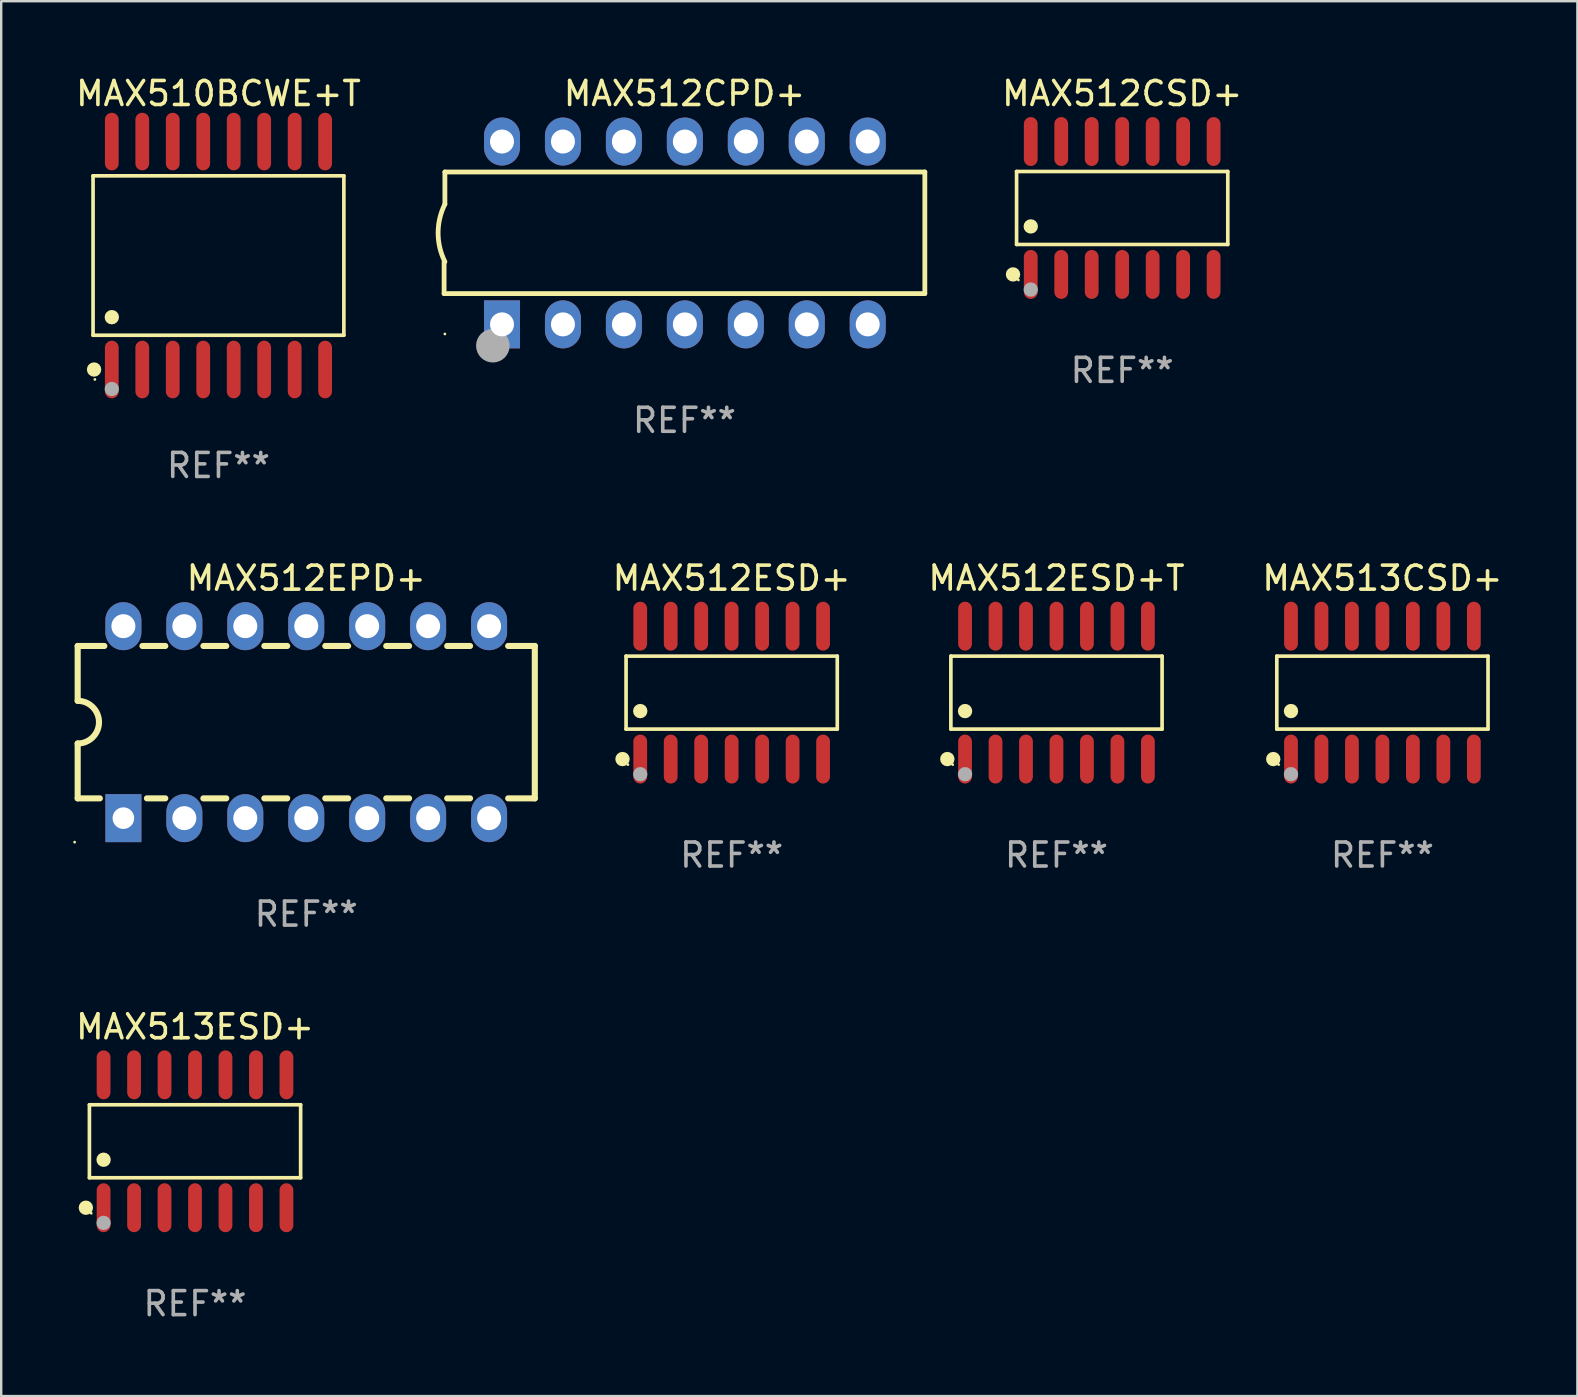
<source format=kicad_pcb>
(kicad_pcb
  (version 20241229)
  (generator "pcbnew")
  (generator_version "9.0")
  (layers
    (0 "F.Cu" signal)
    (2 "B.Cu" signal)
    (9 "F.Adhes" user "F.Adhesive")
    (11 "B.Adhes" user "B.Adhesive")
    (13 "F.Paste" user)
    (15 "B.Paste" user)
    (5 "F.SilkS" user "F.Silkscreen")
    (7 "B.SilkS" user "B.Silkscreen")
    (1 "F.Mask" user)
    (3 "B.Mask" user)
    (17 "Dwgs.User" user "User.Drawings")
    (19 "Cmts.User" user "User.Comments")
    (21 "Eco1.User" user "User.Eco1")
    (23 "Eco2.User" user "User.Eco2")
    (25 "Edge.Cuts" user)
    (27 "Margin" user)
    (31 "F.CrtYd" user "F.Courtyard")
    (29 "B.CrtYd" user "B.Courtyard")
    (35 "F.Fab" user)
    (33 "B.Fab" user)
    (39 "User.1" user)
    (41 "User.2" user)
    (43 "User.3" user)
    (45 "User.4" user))
  (footprint "MAX512CPD+"
    (layer "F.Cu")
    (at 25.474 6.658)
    (property "Reference" "MAX512CPD+" (at 0 -5.81 0) (layer "F.SilkS") (effects (font (size 1 1) (thickness 0.15))))
    (attr through_hole)
    (fp_line (start -10.017 2.527) (end -10.017 1.199) (stroke (width 0.2) (type solid)) (layer "F.SilkS"))
    (fp_line (start -9.984 -2.54) (end 10.017 -2.54) (stroke (width 0.2) (type solid)) (layer "F.SilkS"))
    (fp_line (start -9.984 -1.2) (end -9.984 -2.54) (stroke (width 0.2) (type solid)) (layer "F.SilkS"))
    (fp_line (start 10.017 -2.54) (end 10.017 2.527) (stroke (width 0.2) (type solid)) (layer "F.SilkS"))
    (fp_line (start 10.017 2.527) (end -10.017 2.527) (stroke (width 0.2) (type solid)) (layer "F.SilkS"))
    (fp_arc (start -9.983503 1.198882) (mid -10.266661 -0.000556) (end -9.983528 -1.2) (stroke (width 0.2) (type solid)) (layer "F.SilkS"))
    (fp_circle (center -9.984 4.21) (end -9.954 4.21) (stroke (width 0.06) (type solid)) (fill no) (layer "F.SilkS"))
    (fp_circle (center -7.985 4.699) (end -7.635 4.699) (stroke (width 0.7) (type solid)) (fill no) (layer "F.Fab"))
    (fp_text user "REF**" (at 0 7.81 0) (layer "F.Fab") (effects (font (size 1 1) (thickness 0.15))))
    (pad "1" thru_hole rect (at -7.604 3.81 90) (size 2 1.5) (drill 1) (layers "*.Cu" "*.Mask"))
    (pad "2" thru_hole oval (at -5.064 3.81 90) (size 2 1.5) (drill 1) (layers "*.Cu" "*.Mask"))
    (pad "3" thru_hole oval (at -2.524 3.81 90) (size 2 1.5) (drill 1) (layers "*.Cu" "*.Mask"))
    (pad "4" thru_hole oval (at 0.016 3.81 90) (size 2 1.5) (drill 1) (layers "*.Cu" "*.Mask"))
    (pad "5" thru_hole oval (at 2.557 3.81 90) (size 2 1.5) (drill 1) (layers "*.Cu" "*.Mask"))
    (pad "6" thru_hole oval (at 5.097 3.81 90) (size 2 1.5) (drill 1) (layers "*.Cu" "*.Mask"))
    (pad "7" thru_hole oval (at 7.637 3.81 90) (size 2 1.5) (drill 1) (layers "*.Cu" "*.Mask"))
    (pad "8" thru_hole oval (at 7.637 -3.81 90) (size 2 1.5) (drill 1) (layers "*.Cu" "*.Mask"))
    (pad "9" thru_hole oval (at 5.097 -3.81 90) (size 2 1.5) (drill 1) (layers "*.Cu" "*.Mask"))
    (pad "10" thru_hole oval (at 2.557 -3.81 90) (size 2 1.5) (drill 1) (layers "*.Cu" "*.Mask"))
    (pad "11" thru_hole oval (at 0.016 -3.81 90) (size 2 1.5) (drill 1) (layers "*.Cu" "*.Mask"))
    (pad "12" thru_hole oval (at -2.524 -3.81 90) (size 2 1.5) (drill 1) (layers "*.Cu" "*.Mask"))
    (pad "13" thru_hole oval (at -5.064 -3.81 90) (size 2 1.5) (drill 1) (layers "*.Cu" "*.Mask"))
    (pad "14" thru_hole oval (at -7.604 -3.81 90) (size 2 1.5) (drill 1) (layers "*.Cu" "*.Mask")))
  (footprint "MAX513ESD+"
    (layer "F.Cu")
    (at 5.077 44.511)
    (property "Reference" "MAX513ESD+" (at 0 -4.769 0) (layer "F.SilkS") (effects (font (size 1 1) (thickness 0.15))))
    (attr through_hole)
    (fp_line (start -4.401 -1.521) (end 4.401 -1.521) (stroke (width 0.152) (type solid)) (layer "F.SilkS"))
    (fp_line (start -4.401 1.521) (end -4.401 -1.521) (stroke (width 0.152) (type solid)) (layer "F.SilkS"))
    (fp_line (start 4.401 -1.521) (end 4.401 1.521) (stroke (width 0.152) (type solid)) (layer "F.SilkS"))
    (fp_line (start 4.401 1.521) (end -4.401 1.521) (stroke (width 0.152) (type solid)) (layer "F.SilkS"))
    (fp_circle (center -4.549 2.769) (end -4.399 2.769) (stroke (width 0.3) (type solid)) (fill no) (layer "F.SilkS"))
    (fp_circle (center -4.325 3) (end -4.295 3) (stroke (width 0.06) (type solid)) (fill no) (layer "F.SilkS"))
    (fp_circle (center -3.81 0.769) (end -3.66 0.769) (stroke (width 0.3) (type solid)) (fill no) (layer "F.SilkS"))
    (fp_circle (center -3.81 3.4) (end -3.66 3.4) (stroke (width 0.3) (type solid)) (fill no) (layer "F.Fab"))
    (fp_text user "REF**" (at 0 6.769 0) (layer "F.Fab") (effects (font (size 1 1) (thickness 0.15))))
    (pad "1" smd oval (at -3.81 2.769) (size 0.574 2.038) (layers "F.Cu" "F.Mask" "F.Paste"))
    (pad "2" smd oval (at -2.54 2.769) (size 0.574 2.038) (layers "F.Cu" "F.Mask" "F.Paste"))
    (pad "3" smd oval (at -1.27 2.769) (size 0.574 2.038) (layers "F.Cu" "F.Mask" "F.Paste"))
    (pad "4" smd oval (at 0 2.769) (size 0.574 2.038) (layers "F.Cu" "F.Mask" "F.Paste"))
    (pad "5" smd oval (at 1.27 2.769) (size 0.574 2.038) (layers "F.Cu" "F.Mask" "F.Paste"))
    (pad "6" smd oval (at 2.54 2.769) (size 0.574 2.038) (layers "F.Cu" "F.Mask" "F.Paste"))
    (pad "7" smd oval (at 3.81 2.769) (size 0.574 2.038) (layers "F.Cu" "F.Mask" "F.Paste"))
    (pad "8" smd oval (at 3.81 -2.769) (size 0.574 2.038) (layers "F.Cu" "F.Mask" "F.Paste"))
    (pad "9" smd oval (at 2.54 -2.769) (size 0.574 2.038) (layers "F.Cu" "F.Mask" "F.Paste"))
    (pad "10" smd oval (at 1.27 -2.769) (size 0.574 2.038) (layers "F.Cu" "F.Mask" "F.Paste"))
    (pad "11" smd oval (at 0 -2.769) (size 0.574 2.038) (layers "F.Cu" "F.Mask" "F.Paste"))
    (pad "12" smd oval (at -1.27 -2.769) (size 0.574 2.038) (layers "F.Cu" "F.Mask" "F.Paste"))
    (pad "13" smd oval (at -2.54 -2.769) (size 0.574 2.038) (layers "F.Cu" "F.Mask" "F.Paste"))
    (pad "14" smd oval (at -3.81 -2.769) (size 0.574 2.038) (layers "F.Cu" "F.Mask" "F.Paste")))
  (footprint "MAX512ESD+T"
    (layer "F.Cu")
    (at 40.977 25.814)
    (property "Reference" "MAX512ESD+T" (at 0 -4.769 0) (layer "F.SilkS") (effects (font (size 1 1) (thickness 0.15))))
    (attr through_hole)
    (fp_line (start -4.401 -1.521) (end 4.401 -1.521) (stroke (width 0.152) (type solid)) (layer "F.SilkS"))
    (fp_line (start -4.401 1.521) (end -4.401 -1.521) (stroke (width 0.152) (type solid)) (layer "F.SilkS"))
    (fp_line (start 4.401 -1.521) (end 4.401 1.521) (stroke (width 0.152) (type solid)) (layer "F.SilkS"))
    (fp_line (start 4.401 1.521) (end -4.401 1.521) (stroke (width 0.152) (type solid)) (layer "F.SilkS"))
    (fp_circle (center -4.549 2.769) (end -4.399 2.769) (stroke (width 0.3) (type solid)) (fill no) (layer "F.SilkS"))
    (fp_circle (center -4.325 3) (end -4.295 3) (stroke (width 0.06) (type solid)) (fill no) (layer "F.SilkS"))
    (fp_circle (center -3.81 0.769) (end -3.66 0.769) (stroke (width 0.3) (type solid)) (fill no) (layer "F.SilkS"))
    (fp_circle (center -3.81 3.4) (end -3.66 3.4) (stroke (width 0.3) (type solid)) (fill no) (layer "F.Fab"))
    (fp_text user "REF**" (at 0 6.769 0) (layer "F.Fab") (effects (font (size 1 1) (thickness 0.15))))
    (pad "1" smd oval (at -3.81 2.769) (size 0.574 2.038) (layers "F.Cu" "F.Mask" "F.Paste"))
    (pad "2" smd oval (at -2.54 2.769) (size 0.574 2.038) (layers "F.Cu" "F.Mask" "F.Paste"))
    (pad "3" smd oval (at -1.27 2.769) (size 0.574 2.038) (layers "F.Cu" "F.Mask" "F.Paste"))
    (pad "4" smd oval (at 0 2.769) (size 0.574 2.038) (layers "F.Cu" "F.Mask" "F.Paste"))
    (pad "5" smd oval (at 1.27 2.769) (size 0.574 2.038) (layers "F.Cu" "F.Mask" "F.Paste"))
    (pad "6" smd oval (at 2.54 2.769) (size 0.574 2.038) (layers "F.Cu" "F.Mask" "F.Paste"))
    (pad "7" smd oval (at 3.81 2.769) (size 0.574 2.038) (layers "F.Cu" "F.Mask" "F.Paste"))
    (pad "8" smd oval (at 3.81 -2.769) (size 0.574 2.038) (layers "F.Cu" "F.Mask" "F.Paste"))
    (pad "9" smd oval (at 2.54 -2.769) (size 0.574 2.038) (layers "F.Cu" "F.Mask" "F.Paste"))
    (pad "10" smd oval (at 1.27 -2.769) (size 0.574 2.038) (layers "F.Cu" "F.Mask" "F.Paste"))
    (pad "11" smd oval (at 0 -2.769) (size 0.574 2.038) (layers "F.Cu" "F.Mask" "F.Paste"))
    (pad "12" smd oval (at -1.27 -2.769) (size 0.574 2.038) (layers "F.Cu" "F.Mask" "F.Paste"))
    (pad "13" smd oval (at -2.54 -2.769) (size 0.574 2.038) (layers "F.Cu" "F.Mask" "F.Paste"))
    (pad "14" smd oval (at -3.81 -2.769) (size 0.574 2.038) (layers "F.Cu" "F.Mask" "F.Paste")))
  (footprint "MAX512CSD+"
    (layer "F.Cu")
    (at 43.715 5.617)
    (property "Reference" "MAX512CSD+" (at 0 -4.769 0) (layer "F.SilkS") (effects (font (size 1 1) (thickness 0.15))))
    (attr through_hole)
    (fp_line (start -4.401 -1.521) (end 4.401 -1.521) (stroke (width 0.152) (type solid)) (layer "F.SilkS"))
    (fp_line (start -4.401 1.521) (end -4.401 -1.521) (stroke (width 0.152) (type solid)) (layer "F.SilkS"))
    (fp_line (start 4.401 -1.521) (end 4.401 1.521) (stroke (width 0.152) (type solid)) (layer "F.SilkS"))
    (fp_line (start 4.401 1.521) (end -4.401 1.521) (stroke (width 0.152) (type solid)) (layer "F.SilkS"))
    (fp_circle (center -4.549 2.769) (end -4.399 2.769) (stroke (width 0.3) (type solid)) (fill no) (layer "F.SilkS"))
    (fp_circle (center -4.325 3) (end -4.295 3) (stroke (width 0.06) (type solid)) (fill no) (layer "F.SilkS"))
    (fp_circle (center -3.81 0.769) (end -3.66 0.769) (stroke (width 0.3) (type solid)) (fill no) (layer "F.SilkS"))
    (fp_circle (center -3.81 3.4) (end -3.66 3.4) (stroke (width 0.3) (type solid)) (fill no) (layer "F.Fab"))
    (fp_text user "REF**" (at 0 6.769 0) (layer "F.Fab") (effects (font (size 1 1) (thickness 0.15))))
    (pad "1" smd oval (at -3.81 2.769) (size 0.574 2.038) (layers "F.Cu" "F.Mask" "F.Paste"))
    (pad "2" smd oval (at -2.54 2.769) (size 0.574 2.038) (layers "F.Cu" "F.Mask" "F.Paste"))
    (pad "3" smd oval (at -1.27 2.769) (size 0.574 2.038) (layers "F.Cu" "F.Mask" "F.Paste"))
    (pad "4" smd oval (at 0 2.769) (size 0.574 2.038) (layers "F.Cu" "F.Mask" "F.Paste"))
    (pad "5" smd oval (at 1.27 2.769) (size 0.574 2.038) (layers "F.Cu" "F.Mask" "F.Paste"))
    (pad "6" smd oval (at 2.54 2.769) (size 0.574 2.038) (layers "F.Cu" "F.Mask" "F.Paste"))
    (pad "7" smd oval (at 3.81 2.769) (size 0.574 2.038) (layers "F.Cu" "F.Mask" "F.Paste"))
    (pad "8" smd oval (at 3.81 -2.769) (size 0.574 2.038) (layers "F.Cu" "F.Mask" "F.Paste"))
    (pad "9" smd oval (at 2.54 -2.769) (size 0.574 2.038) (layers "F.Cu" "F.Mask" "F.Paste"))
    (pad "10" smd oval (at 1.27 -2.769) (size 0.574 2.038) (layers "F.Cu" "F.Mask" "F.Paste"))
    (pad "11" smd oval (at 0 -2.769) (size 0.574 2.038) (layers "F.Cu" "F.Mask" "F.Paste"))
    (pad "12" smd oval (at -1.27 -2.769) (size 0.574 2.038) (layers "F.Cu" "F.Mask" "F.Paste"))
    (pad "13" smd oval (at -2.54 -2.769) (size 0.574 2.038) (layers "F.Cu" "F.Mask" "F.Paste"))
    (pad "14" smd oval (at -3.81 -2.769) (size 0.574 2.038) (layers "F.Cu" "F.Mask" "F.Paste")))
  (footprint "MAX512EPD+"
    (layer "F.Cu")
    (at 9.712 27.045)
    (property "Reference" "MAX512EPD+" (at 0 -6 0) (layer "F.SilkS") (effects (font (size 1 1) (thickness 0.15))))
    (attr through_hole)
    (fp_line (start -9.525 -3.175) (end -9.525 -0.889) (stroke (width 0.254) (type solid)) (layer "F.SilkS"))
    (fp_line (start -9.525 -3.175) (end -8.414 -3.175) (stroke (width 0.254) (type solid)) (layer "F.SilkS"))
    (fp_line (start -9.525 3.175) (end -9.525 0.889) (stroke (width 0.254) (type solid)) (layer "F.SilkS"))
    (fp_line (start -8.601 3.175) (end -9.525 3.175) (stroke (width 0.254) (type solid)) (layer "F.SilkS"))
    (fp_line (start -6.826 -3.175) (end -5.874 -3.175) (stroke (width 0.254) (type solid)) (layer "F.SilkS"))
    (fp_line (start -5.874 3.175) (end -6.639 3.175) (stroke (width 0.254) (type solid)) (layer "F.SilkS"))
    (fp_line (start -4.286 -3.175) (end -3.334 -3.175) (stroke (width 0.254) (type solid)) (layer "F.SilkS"))
    (fp_line (start -3.334 3.175) (end -4.286 3.175) (stroke (width 0.254) (type solid)) (layer "F.SilkS"))
    (fp_line (start -1.746 -3.175) (end -0.794 -3.175) (stroke (width 0.254) (type solid)) (layer "F.SilkS"))
    (fp_line (start -0.794 3.175) (end -1.746 3.175) (stroke (width 0.254) (type solid)) (layer "F.SilkS"))
    (fp_line (start 0.794 -3.175) (end 1.746 -3.175) (stroke (width 0.254) (type solid)) (layer "F.SilkS"))
    (fp_line (start 1.746 3.175) (end 0.794 3.175) (stroke (width 0.254) (type solid)) (layer "F.SilkS"))
    (fp_line (start 3.334 -3.175) (end 4.286 -3.175) (stroke (width 0.254) (type solid)) (layer "F.SilkS"))
    (fp_line (start 4.286 3.175) (end 3.334 3.175) (stroke (width 0.254) (type solid)) (layer "F.SilkS"))
    (fp_line (start 5.874 -3.175) (end 6.826 -3.175) (stroke (width 0.254) (type solid)) (layer "F.SilkS"))
    (fp_line (start 6.826 3.175) (end 5.874 3.175) (stroke (width 0.254) (type solid)) (layer "F.SilkS"))
    (fp_line (start 8.414 -3.175) (end 9.525 -3.175) (stroke (width 0.254) (type solid)) (layer "F.SilkS"))
    (fp_line (start 9.525 -3.175) (end 9.525 3.175) (stroke (width 0.254) (type solid)) (layer "F.SilkS"))
    (fp_line (start 9.525 3.175) (end 8.414 3.175) (stroke (width 0.254) (type solid)) (layer "F.SilkS"))
    (fp_arc (start -9.525019 -0.889002) (mid -8.636017 0) (end -9.525019 0.889002) (stroke (width 0.254001) (type solid)) (layer "F.SilkS"))
    (fp_circle (center -9.652 5) (end -9.622 5) (stroke (width 0.06) (type solid)) (fill no) (layer "F.SilkS"))
    (fp_text user "REF**" (at 0 8 0) (layer "F.Fab") (effects (font (size 1 1) (thickness 0.15))))
    (pad "1" thru_hole rect (at -7.62 4 90) (size 2 1.5) (drill 0.9) (layers "*.Cu" "*.Mask"))
    (pad "2" thru_hole oval (at -5.08 4 90) (size 2 1.5) (drill 1) (layers "*.Cu" "*.Mask"))
    (pad "3" thru_hole oval (at -2.54 4 90) (size 2 1.5) (drill 1) (layers "*.Cu" "*.Mask"))
    (pad "4" thru_hole oval (at 0 4 90) (size 2 1.5) (drill 1) (layers "*.Cu" "*.Mask"))
    (pad "5" thru_hole oval (at 2.54 4 90) (size 2 1.5) (drill 1) (layers "*.Cu" "*.Mask"))
    (pad "6" thru_hole oval (at 5.08 4 90) (size 2 1.5) (drill 1) (layers "*.Cu" "*.Mask"))
    (pad "7" thru_hole oval (at 7.62 4 90) (size 2 1.5) (drill 1) (layers "*.Cu" "*.Mask"))
    (pad "8" thru_hole oval (at 7.62 -4 90) (size 2 1.5) (drill 1) (layers "*.Cu" "*.Mask"))
    (pad "9" thru_hole oval (at 5.08 -4 90) (size 2 1.5) (drill 1) (layers "*.Cu" "*.Mask"))
    (pad "10" thru_hole oval (at 2.54 -4 90) (size 2 1.5) (drill 1) (layers "*.Cu" "*.Mask"))
    (pad "11" thru_hole oval (at 0 -4 90) (size 2 1.5) (drill 1) (layers "*.Cu" "*.Mask"))
    (pad "12" thru_hole oval (at -2.54 -4 90) (size 2 1.5) (drill 1) (layers "*.Cu" "*.Mask"))
    (pad "13" thru_hole oval (at -5.08 -4 90) (size 2 1.5) (drill 1) (layers "*.Cu" "*.Mask"))
    (pad "14" thru_hole oval (at -7.62 -4 90) (size 2 1.5) (drill 1) (layers "*.Cu" "*.Mask")))
  (footprint "MAX510BCWE+T"
    (layer "F.Cu")
    (at 6.054 7.599)
    (property "Reference" "MAX510BCWE+T" (at 0 -6.75 0) (layer "F.SilkS") (effects (font (size 1 1) (thickness 0.15))))
    (attr through_hole)
    (fp_line (start -5.226 -3.321) (end 5.226 -3.321) (stroke (width 0.152) (type solid)) (layer "F.SilkS"))
    (fp_line (start -5.226 3.321) (end -5.226 -3.321) (stroke (width 0.152) (type solid)) (layer "F.SilkS"))
    (fp_line (start 5.226 -3.321) (end 5.226 3.321) (stroke (width 0.152) (type solid)) (layer "F.SilkS"))
    (fp_line (start 5.226 3.321) (end -5.226 3.321) (stroke (width 0.152) (type solid)) (layer "F.SilkS"))
    (fp_circle (center -5.184 4.75) (end -5.034 4.75) (stroke (width 0.3) (type solid)) (fill no) (layer "F.SilkS"))
    (fp_circle (center -5.15 5.163) (end -5.12 5.163) (stroke (width 0.06) (type solid)) (fill no) (layer "F.SilkS"))
    (fp_circle (center -4.445 2.569) (end -4.295 2.569) (stroke (width 0.3) (type solid)) (fill no) (layer "F.SilkS"))
    (fp_circle (center -4.445 5.563) (end -4.295 5.563) (stroke (width 0.3) (type solid)) (fill no) (layer "F.Fab"))
    (fp_text user "REF**" (at 0 8.75 0) (layer "F.Fab") (effects (font (size 1 1) (thickness 0.15))))
    (pad "1" smd oval (at -4.445 4.75) (size 0.574 2.401) (layers "F.Cu" "F.Mask" "F.Paste"))
    (pad "2" smd oval (at -3.175 4.75) (size 0.574 2.401) (layers "F.Cu" "F.Mask" "F.Paste"))
    (pad "3" smd oval (at -1.905 4.75) (size 0.574 2.401) (layers "F.Cu" "F.Mask" "F.Paste"))
    (pad "4" smd oval (at -0.635 4.75) (size 0.574 2.401) (layers "F.Cu" "F.Mask" "F.Paste"))
    (pad "5" smd oval (at 0.635 4.75) (size 0.574 2.401) (layers "F.Cu" "F.Mask" "F.Paste"))
    (pad "6" smd oval (at 1.905 4.75) (size 0.574 2.401) (layers "F.Cu" "F.Mask" "F.Paste"))
    (pad "7" smd oval (at 3.175 4.75) (size 0.574 2.401) (layers "F.Cu" "F.Mask" "F.Paste"))
    (pad "8" smd oval (at 4.445 4.75) (size 0.574 2.401) (layers "F.Cu" "F.Mask" "F.Paste"))
    (pad "9" smd oval (at 4.445 -4.75) (size 0.574 2.401) (layers "F.Cu" "F.Mask" "F.Paste"))
    (pad "10" smd oval (at 3.175 -4.75) (size 0.574 2.401) (layers "F.Cu" "F.Mask" "F.Paste"))
    (pad "11" smd oval (at 1.905 -4.75) (size 0.574 2.401) (layers "F.Cu" "F.Mask" "F.Paste"))
    (pad "12" smd oval (at 0.635 -4.75) (size 0.574 2.401) (layers "F.Cu" "F.Mask" "F.Paste"))
    (pad "13" smd oval (at -0.635 -4.75) (size 0.574 2.401) (layers "F.Cu" "F.Mask" "F.Paste"))
    (pad "14" smd oval (at -1.905 -4.75) (size 0.574 2.401) (layers "F.Cu" "F.Mask" "F.Paste"))
    (pad "15" smd oval (at -3.175 -4.75) (size 0.574 2.401) (layers "F.Cu" "F.Mask" "F.Paste"))
    (pad "16" smd oval (at -4.445 -4.75) (size 0.574 2.401) (layers "F.Cu" "F.Mask" "F.Paste")))
  (footprint "MAX512ESD+"
    (layer "F.Cu")
    (at 27.441 25.814)
    (property "Reference" "MAX512ESD+" (at 0 -4.769 0) (layer "F.SilkS") (effects (font (size 1 1) (thickness 0.15))))
    (attr through_hole)
    (fp_line (start -4.401 -1.521) (end 4.401 -1.521) (stroke (width 0.152) (type solid)) (layer "F.SilkS"))
    (fp_line (start -4.401 1.521) (end -4.401 -1.521) (stroke (width 0.152) (type solid)) (layer "F.SilkS"))
    (fp_line (start 4.401 -1.521) (end 4.401 1.521) (stroke (width 0.152) (type solid)) (layer "F.SilkS"))
    (fp_line (start 4.401 1.521) (end -4.401 1.521) (stroke (width 0.152) (type solid)) (layer "F.SilkS"))
    (fp_circle (center -4.549 2.769) (end -4.399 2.769) (stroke (width 0.3) (type solid)) (fill no) (layer "F.SilkS"))
    (fp_circle (center -4.325 3) (end -4.295 3) (stroke (width 0.06) (type solid)) (fill no) (layer "F.SilkS"))
    (fp_circle (center -3.81 0.769) (end -3.66 0.769) (stroke (width 0.3) (type solid)) (fill no) (layer "F.SilkS"))
    (fp_circle (center -3.81 3.4) (end -3.66 3.4) (stroke (width 0.3) (type solid)) (fill no) (layer "F.Fab"))
    (fp_text user "REF**" (at 0 6.769 0) (layer "F.Fab") (effects (font (size 1 1) (thickness 0.15))))
    (pad "1" smd oval (at -3.81 2.769) (size 0.574 2.038) (layers "F.Cu" "F.Mask" "F.Paste"))
    (pad "2" smd oval (at -2.54 2.769) (size 0.574 2.038) (layers "F.Cu" "F.Mask" "F.Paste"))
    (pad "3" smd oval (at -1.27 2.769) (size 0.574 2.038) (layers "F.Cu" "F.Mask" "F.Paste"))
    (pad "4" smd oval (at 0 2.769) (size 0.574 2.038) (layers "F.Cu" "F.Mask" "F.Paste"))
    (pad "5" smd oval (at 1.27 2.769) (size 0.574 2.038) (layers "F.Cu" "F.Mask" "F.Paste"))
    (pad "6" smd oval (at 2.54 2.769) (size 0.574 2.038) (layers "F.Cu" "F.Mask" "F.Paste"))
    (pad "7" smd oval (at 3.81 2.769) (size 0.574 2.038) (layers "F.Cu" "F.Mask" "F.Paste"))
    (pad "8" smd oval (at 3.81 -2.769) (size 0.574 2.038) (layers "F.Cu" "F.Mask" "F.Paste"))
    (pad "9" smd oval (at 2.54 -2.769) (size 0.574 2.038) (layers "F.Cu" "F.Mask" "F.Paste"))
    (pad "10" smd oval (at 1.27 -2.769) (size 0.574 2.038) (layers "F.Cu" "F.Mask" "F.Paste"))
    (pad "11" smd oval (at 0 -2.769) (size 0.574 2.038) (layers "F.Cu" "F.Mask" "F.Paste"))
    (pad "12" smd oval (at -1.27 -2.769) (size 0.574 2.038) (layers "F.Cu" "F.Mask" "F.Paste"))
    (pad "13" smd oval (at -2.54 -2.769) (size 0.574 2.038) (layers "F.Cu" "F.Mask" "F.Paste"))
    (pad "14" smd oval (at -3.81 -2.769) (size 0.574 2.038) (layers "F.Cu" "F.Mask" "F.Paste")))
  (footprint "MAX513CSD+"
    (layer "F.Cu")
    (at 54.56 25.814)
    (property "Reference" "MAX513CSD+" (at 0 -4.769 0) (layer "F.SilkS") (effects (font (size 1 1) (thickness 0.15))))
    (attr through_hole)
    (fp_line (start -4.401 -1.521) (end 4.401 -1.521) (stroke (width 0.152) (type solid)) (layer "F.SilkS"))
    (fp_line (start -4.401 1.521) (end -4.401 -1.521) (stroke (width 0.152) (type solid)) (layer "F.SilkS"))
    (fp_line (start 4.401 -1.521) (end 4.401 1.521) (stroke (width 0.152) (type solid)) (layer "F.SilkS"))
    (fp_line (start 4.401 1.521) (end -4.401 1.521) (stroke (width 0.152) (type solid)) (layer "F.SilkS"))
    (fp_circle (center -4.549 2.769) (end -4.399 2.769) (stroke (width 0.3) (type solid)) (fill no) (layer "F.SilkS"))
    (fp_circle (center -4.325 3) (end -4.295 3) (stroke (width 0.06) (type solid)) (fill no) (layer "F.SilkS"))
    (fp_circle (center -3.81 0.769) (end -3.66 0.769) (stroke (width 0.3) (type solid)) (fill no) (layer "F.SilkS"))
    (fp_circle (center -3.81 3.4) (end -3.66 3.4) (stroke (width 0.3) (type solid)) (fill no) (layer "F.Fab"))
    (fp_text user "REF**" (at 0 6.769 0) (layer "F.Fab") (effects (font (size 1 1) (thickness 0.15))))
    (pad "1" smd oval (at -3.81 2.769) (size 0.574 2.038) (layers "F.Cu" "F.Mask" "F.Paste"))
    (pad "2" smd oval (at -2.54 2.769) (size 0.574 2.038) (layers "F.Cu" "F.Mask" "F.Paste"))
    (pad "3" smd oval (at -1.27 2.769) (size 0.574 2.038) (layers "F.Cu" "F.Mask" "F.Paste"))
    (pad "4" smd oval (at 0 2.769) (size 0.574 2.038) (layers "F.Cu" "F.Mask" "F.Paste"))
    (pad "5" smd oval (at 1.27 2.769) (size 0.574 2.038) (layers "F.Cu" "F.Mask" "F.Paste"))
    (pad "6" smd oval (at 2.54 2.769) (size 0.574 2.038) (layers "F.Cu" "F.Mask" "F.Paste"))
    (pad "7" smd oval (at 3.81 2.769) (size 0.574 2.038) (layers "F.Cu" "F.Mask" "F.Paste"))
    (pad "8" smd oval (at 3.81 -2.769) (size 0.574 2.038) (layers "F.Cu" "F.Mask" "F.Paste"))
    (pad "9" smd oval (at 2.54 -2.769) (size 0.574 2.038) (layers "F.Cu" "F.Mask" "F.Paste"))
    (pad "10" smd oval (at 1.27 -2.769) (size 0.574 2.038) (layers "F.Cu" "F.Mask" "F.Paste"))
    (pad "11" smd oval (at 0 -2.769) (size 0.574 2.038) (layers "F.Cu" "F.Mask" "F.Paste"))
    (pad "12" smd oval (at -1.27 -2.769) (size 0.574 2.038) (layers "F.Cu" "F.Mask" "F.Paste"))
    (pad "13" smd oval (at -2.54 -2.769) (size 0.574 2.038) (layers "F.Cu" "F.Mask" "F.Paste"))
    (pad "14" smd oval (at -3.81 -2.769) (size 0.574 2.038) (layers "F.Cu" "F.Mask" "F.Paste")))
  (gr_rect
    (start -3 -3)
    (end 62.685 55.128)
    (stroke (width 0.1) (type default))
    (fill no)
    (layer "Edge.Cuts")))
</source>
